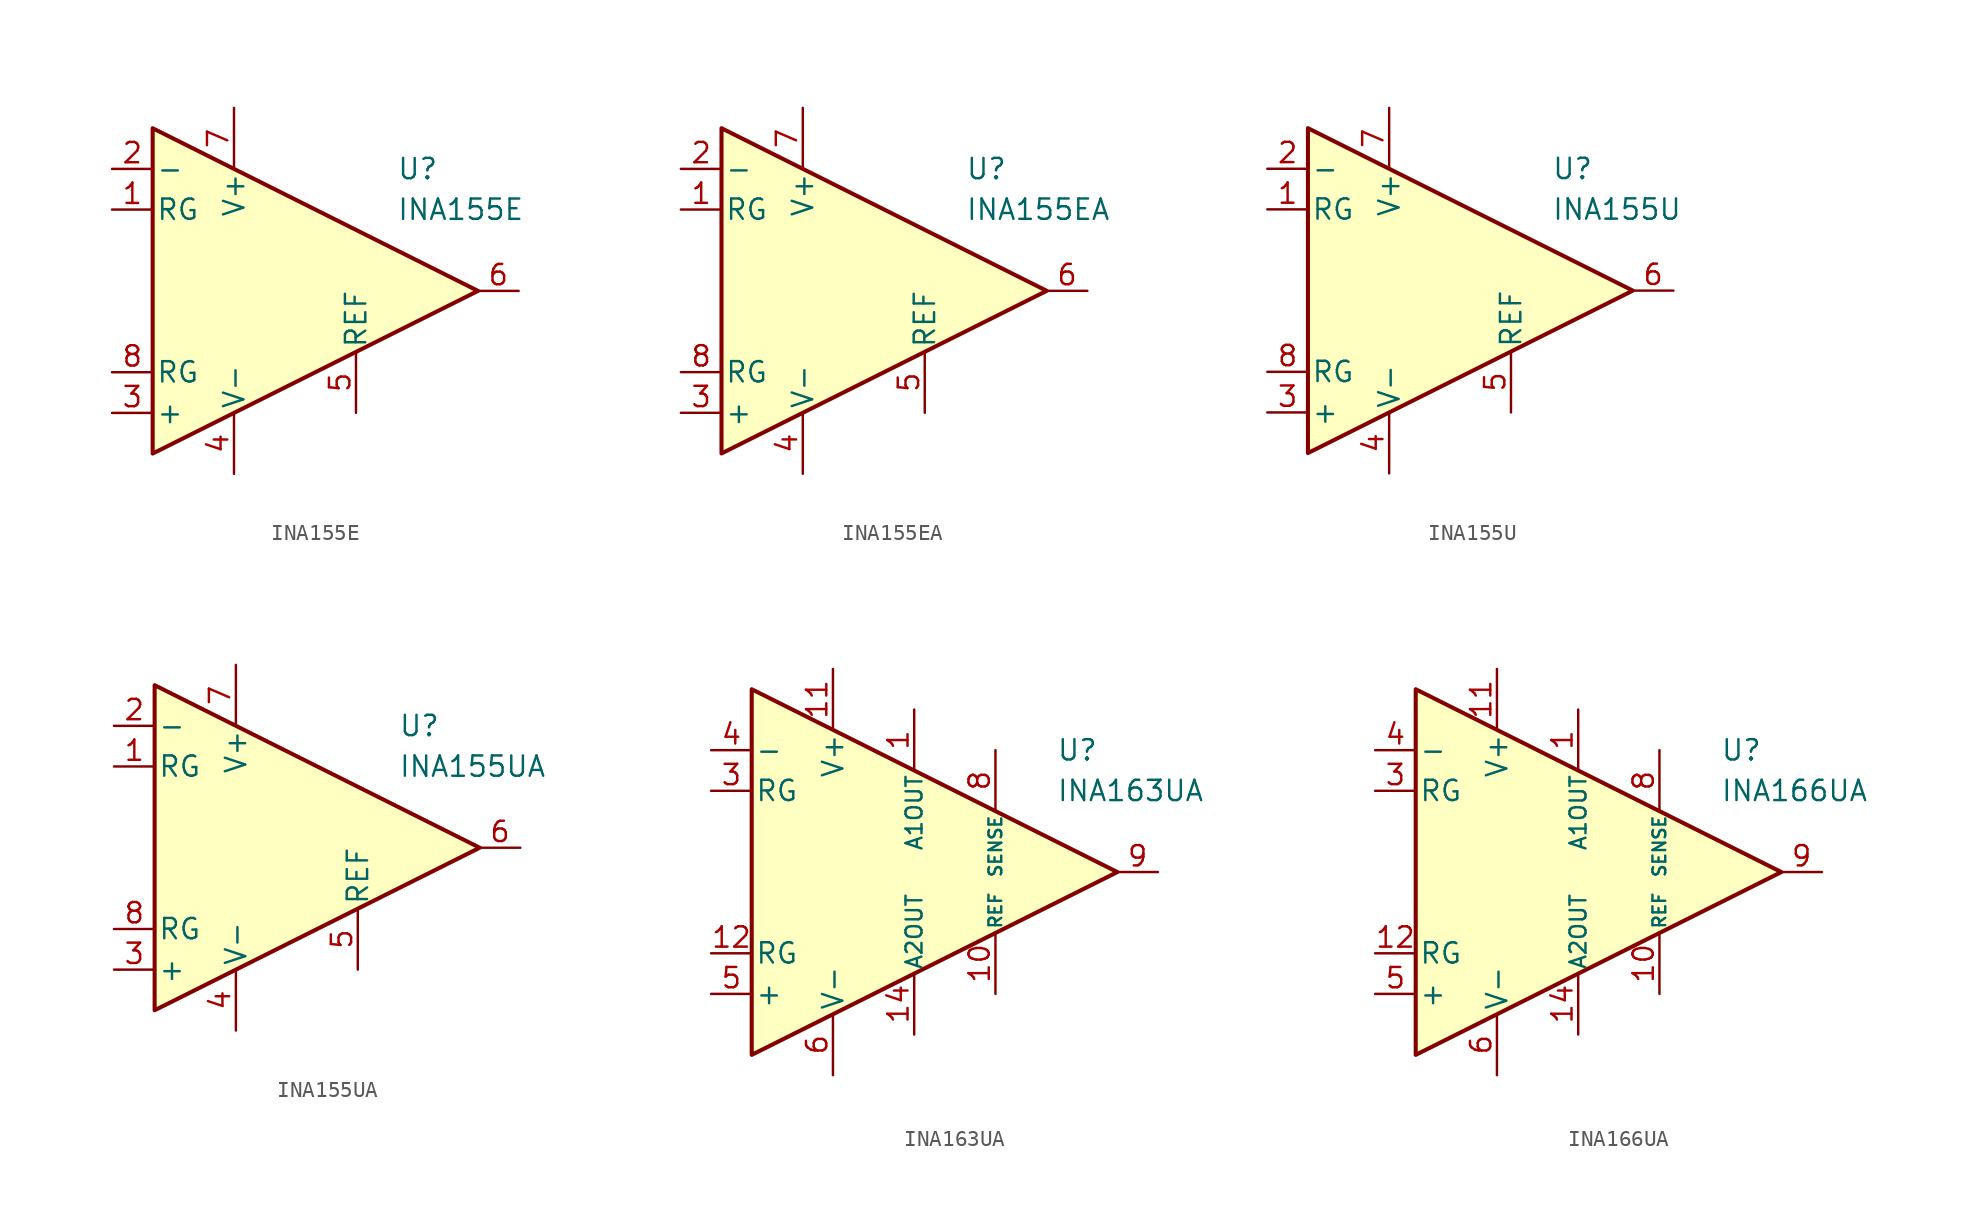
<source format=kicad_sym>
(kicad_symbol_lib
  (version 20211014)
  (generator kicad_symbol_editor)
  (symbol "INA155E"
    (pin_names
      (offset 0.2))
    (property "Reference" "U"
      (at 6.35 7.62 0)
      (effects (font (size 1.27 1.27)) (justify left)))
    (property "Value" "INA155E"
      (at 6.35 5.08 0)
      (effects (font (size 1.27 1.27)) (justify left)))
    (symbol "INA155E_0_1"
      (polyline (pts (xy -8.89 10.16) (xy -8.89 -10.16) (xy 11.43 0) (xy -8.89 10.16)) (stroke (width 0.254) (type default) (color 0 0 0 0)) (fill (type background))))
    (symbol "INA155E_1_1"
      (pin passive line (at -11.43 5.08 0) (length 2.54) (name "RG" (effects (font (size 1.27 1.27)))) (number "1" (effects (font (size 1.27 1.27)))))
      (pin input line (at -11.43 7.62 0) (length 2.54) (name "-" (effects (font (size 1.27 1.27)))) (number "2" (effects (font (size 1.27 1.27)))))
      (pin input line (at -11.43 -7.62 0) (length 2.54) (name "+" (effects (font (size 1.27 1.27)))) (number "3" (effects (font (size 1.27 1.27)))))
      (pin power_in line (at -3.81 -11.43 90) (length 3.81) (name "V-" (effects (font (size 1.27 1.27)))) (number "4" (effects (font (size 1.27 1.27)))))
      (pin input line (at 3.81 -7.62 90) (length 3.81) (name "REF" (effects (font (size 1.27 1.27)))) (number "5" (effects (font (size 1.27 1.27)))))
      (pin output line (at 13.97 0 180) (length 2.54) (name "~" (effects (font (size 1.27 1.27)))) (number "6" (effects (font (size 1.27 1.27)))))
      (pin power_in line (at -3.81 11.43 270) (length 3.81) (name "V+" (effects (font (size 1.27 1.27)))) (number "7" (effects (font (size 1.27 1.27)))))
      (pin passive line (at -11.43 -5.08 0) (length 2.54) (name "RG" (effects (font (size 1.27 1.27)))) (number "8" (effects (font (size 1.27 1.27)))))))
  (symbol "INA155EA"
    (pin_names
      (offset 0.2))
    (property "Reference" "U"
      (at 6.35 7.62 0)
      (effects (font (size 1.27 1.27)) (justify left)))
    (property "Value" "INA155EA"
      (at 6.35 5.08 0)
      (effects (font (size 1.27 1.27)) (justify left)))
    (symbol "INA155EA_0_1"
      (polyline (pts (xy -8.89 10.16) (xy -8.89 -10.16) (xy 11.43 0) (xy -8.89 10.16)) (stroke (width 0.254) (type default) (color 0 0 0 0)) (fill (type background))))
    (symbol "INA155EA_1_1"
      (pin passive line (at -11.43 5.08 0) (length 2.54) (name "RG" (effects (font (size 1.27 1.27)))) (number "1" (effects (font (size 1.27 1.27)))))
      (pin input line (at -11.43 7.62 0) (length 2.54) (name "-" (effects (font (size 1.27 1.27)))) (number "2" (effects (font (size 1.27 1.27)))))
      (pin input line (at -11.43 -7.62 0) (length 2.54) (name "+" (effects (font (size 1.27 1.27)))) (number "3" (effects (font (size 1.27 1.27)))))
      (pin power_in line (at -3.81 -11.43 90) (length 3.81) (name "V-" (effects (font (size 1.27 1.27)))) (number "4" (effects (font (size 1.27 1.27)))))
      (pin input line (at 3.81 -7.62 90) (length 3.81) (name "REF" (effects (font (size 1.27 1.27)))) (number "5" (effects (font (size 1.27 1.27)))))
      (pin output line (at 13.97 0 180) (length 2.54) (name "~" (effects (font (size 1.27 1.27)))) (number "6" (effects (font (size 1.27 1.27)))))
      (pin power_in line (at -3.81 11.43 270) (length 3.81) (name "V+" (effects (font (size 1.27 1.27)))) (number "7" (effects (font (size 1.27 1.27)))))
      (pin passive line (at -11.43 -5.08 0) (length 2.54) (name "RG" (effects (font (size 1.27 1.27)))) (number "8" (effects (font (size 1.27 1.27)))))))
  (symbol "INA155U"
    (pin_names
      (offset 0.2))
    (property "Reference" "U"
      (at 6.35 7.62 0)
      (effects (font (size 1.27 1.27)) (justify left)))
    (property "Value" "INA155U"
      (at 6.35 5.08 0)
      (effects (font (size 1.27 1.27)) (justify left)))
    (symbol "INA155U_0_1"
      (polyline (pts (xy -8.89 10.16) (xy -8.89 -10.16) (xy 11.43 0) (xy -8.89 10.16)) (stroke (width 0.254) (type default) (color 0 0 0 0)) (fill (type background))))
    (symbol "INA155U_1_1"
      (pin passive line (at -11.43 5.08 0) (length 2.54) (name "RG" (effects (font (size 1.27 1.27)))) (number "1" (effects (font (size 1.27 1.27)))))
      (pin input line (at -11.43 7.62 0) (length 2.54) (name "-" (effects (font (size 1.27 1.27)))) (number "2" (effects (font (size 1.27 1.27)))))
      (pin input line (at -11.43 -7.62 0) (length 2.54) (name "+" (effects (font (size 1.27 1.27)))) (number "3" (effects (font (size 1.27 1.27)))))
      (pin power_in line (at -3.81 -11.43 90) (length 3.81) (name "V-" (effects (font (size 1.27 1.27)))) (number "4" (effects (font (size 1.27 1.27)))))
      (pin input line (at 3.81 -7.62 90) (length 3.81) (name "REF" (effects (font (size 1.27 1.27)))) (number "5" (effects (font (size 1.27 1.27)))))
      (pin output line (at 13.97 0 180) (length 2.54) (name "~" (effects (font (size 1.27 1.27)))) (number "6" (effects (font (size 1.27 1.27)))))
      (pin power_in line (at -3.81 11.43 270) (length 3.81) (name "V+" (effects (font (size 1.27 1.27)))) (number "7" (effects (font (size 1.27 1.27)))))
      (pin passive line (at -11.43 -5.08 0) (length 2.54) (name "RG" (effects (font (size 1.27 1.27)))) (number "8" (effects (font (size 1.27 1.27)))))))
  (symbol "INA155UA"
    (pin_names
      (offset 0.2))
    (property "Reference" "U"
      (at 6.35 7.62 0)
      (effects (font (size 1.27 1.27)) (justify left)))
    (property "Value" "INA155UA"
      (at 6.35 5.08 0)
      (effects (font (size 1.27 1.27)) (justify left)))
    (symbol "INA155UA_0_1"
      (polyline (pts (xy -8.89 10.16) (xy -8.89 -10.16) (xy 11.43 0) (xy -8.89 10.16)) (stroke (width 0.254) (type default) (color 0 0 0 0)) (fill (type background))))
    (symbol "INA155UA_1_1"
      (pin passive line (at -11.43 5.08 0) (length 2.54) (name "RG" (effects (font (size 1.27 1.27)))) (number "1" (effects (font (size 1.27 1.27)))))
      (pin input line (at -11.43 7.62 0) (length 2.54) (name "-" (effects (font (size 1.27 1.27)))) (number "2" (effects (font (size 1.27 1.27)))))
      (pin input line (at -11.43 -7.62 0) (length 2.54) (name "+" (effects (font (size 1.27 1.27)))) (number "3" (effects (font (size 1.27 1.27)))))
      (pin power_in line (at -3.81 -11.43 90) (length 3.81) (name "V-" (effects (font (size 1.27 1.27)))) (number "4" (effects (font (size 1.27 1.27)))))
      (pin input line (at 3.81 -7.62 90) (length 3.81) (name "REF" (effects (font (size 1.27 1.27)))) (number "5" (effects (font (size 1.27 1.27)))))
      (pin output line (at 13.97 0 180) (length 2.54) (name "~" (effects (font (size 1.27 1.27)))) (number "6" (effects (font (size 1.27 1.27)))))
      (pin power_in line (at -3.81 11.43 270) (length 3.81) (name "V+" (effects (font (size 1.27 1.27)))) (number "7" (effects (font (size 1.27 1.27)))))
      (pin passive line (at -11.43 -5.08 0) (length 2.54) (name "RG" (effects (font (size 1.27 1.27)))) (number "8" (effects (font (size 1.27 1.27)))))))
  (symbol "INA163UA"
    (pin_names
      (offset 0.2))
    (property "Reference" "U"
      (at 10.16 7.62 0)
      (effects (font (size 1.27 1.27)) (justify left)))
    (property "Value" "INA163UA"
      (at 10.16 5.08 0)
      (effects (font (size 1.27 1.27)) (justify left)))
    (symbol "INA163UA_0_1"
      (polyline (pts (xy -8.89 11.43) (xy -8.89 -11.43) (xy 13.97 0) (xy -8.89 11.43)) (stroke (width 0.254) (type default) (color 0 0 0 0)) (fill (type background))))
    (symbol "INA163UA_1_1"
      (pin passive line (at 1.27 10.16 270) (length 3.81) (name "A1OUT" (effects (font (size 1 1)))) (number "1" (effects (font (size 1.27 1.27)))))
      (pin input line (at 6.35 -7.62 90) (length 3.81) (name "REF" (effects (font (size 0.8 0.8)))) (number "10" (effects (font (size 1.27 1.27)))))
      (pin power_in line (at -3.81 12.7 270) (length 3.81) (name "V+" (effects (font (size 1.27 1.27)))) (number "11" (effects (font (size 1.27 1.27)))))
      (pin passive line (at -11.43 -5.08 0) (length 2.54) (name "RG" (effects (font (size 1.27 1.27)))) (number "12" (effects (font (size 1.27 1.27)))))
      (pin no_connect line (at -5.08 -2.54 0) (length 2.54) hide (name "NC" (effects (font (size 1.27 1.27)))) (number "13" (effects (font (size 1.27 1.27)))))
      (pin passive line (at 1.27 -10.16 90) (length 3.81) (name "A2OUT" (effects (font (size 1 1)))) (number "14" (effects (font (size 1.27 1.27)))))
      (pin no_connect line (at -5.08 2.54 0) (length 2.54) hide (name "NC" (effects (font (size 1.27 1.27)))) (number "2" (effects (font (size 1.27 1.27)))))
      (pin passive line (at -11.43 5.08 0) (length 2.54) (name "RG" (effects (font (size 1.27 1.27)))) (number "3" (effects (font (size 1.27 1.27)))))
      (pin input line (at -11.43 7.62 0) (length 2.54) (name "-" (effects (font (size 1.27 1.27)))) (number "4" (effects (font (size 1.27 1.27)))))
      (pin input line (at -11.43 -7.62 0) (length 2.54) (name "+" (effects (font (size 1.27 1.27)))) (number "5" (effects (font (size 1.27 1.27)))))
      (pin power_in line (at -3.81 -12.7 90) (length 3.81) (name "V-" (effects (font (size 1.27 1.27)))) (number "6" (effects (font (size 1.27 1.27)))))
      (pin no_connect line (at -5.08 0 0) (length 2.54) hide (name "NC" (effects (font (size 1.27 1.27)))) (number "7" (effects (font (size 1.27 1.27)))))
      (pin input line (at 6.35 7.62 270) (length 3.81) (name "SENSE" (effects (font (size 0.8 0.8)))) (number "8" (effects (font (size 1.27 1.27)))))
      (pin output line (at 16.51 0 180) (length 2.54) (name "~" (effects (font (size 1.27 1.27)))) (number "9" (effects (font (size 1.27 1.27)))))))
  (symbol "INA166UA"
    (pin_names
      (offset 0.2))
    (property "Reference" "U"
      (at 10.16 7.62 0)
      (effects (font (size 1.27 1.27)) (justify left)))
    (property "Value" "INA166UA"
      (at 10.16 5.08 0)
      (effects (font (size 1.27 1.27)) (justify left)))
    (symbol "INA166UA_0_1"
      (polyline (pts (xy -8.89 11.43) (xy -8.89 -11.43) (xy 13.97 0) (xy -8.89 11.43)) (stroke (width 0.254) (type default) (color 0 0 0 0)) (fill (type background))))
    (symbol "INA166UA_1_1"
      (pin passive line (at 1.27 10.16 270) (length 3.81) (name "A1OUT" (effects (font (size 1 1)))) (number "1" (effects (font (size 1.27 1.27)))))
      (pin input line (at 6.35 -7.62 90) (length 3.81) (name "REF" (effects (font (size 0.8 0.8)))) (number "10" (effects (font (size 1.27 1.27)))))
      (pin power_in line (at -3.81 12.7 270) (length 3.81) (name "V+" (effects (font (size 1.27 1.27)))) (number "11" (effects (font (size 1.27 1.27)))))
      (pin passive line (at -11.43 -5.08 0) (length 2.54) (name "RG" (effects (font (size 1.27 1.27)))) (number "12" (effects (font (size 1.27 1.27)))))
      (pin no_connect line (at -5.08 -2.54 0) (length 2.54) hide (name "NC" (effects (font (size 1.27 1.27)))) (number "13" (effects (font (size 1.27 1.27)))))
      (pin passive line (at 1.27 -10.16 90) (length 3.81) (name "A2OUT" (effects (font (size 1 1)))) (number "14" (effects (font (size 1.27 1.27)))))
      (pin no_connect line (at -5.08 2.54 0) (length 2.54) hide (name "NC" (effects (font (size 1.27 1.27)))) (number "2" (effects (font (size 1.27 1.27)))))
      (pin passive line (at -11.43 5.08 0) (length 2.54) (name "RG" (effects (font (size 1.27 1.27)))) (number "3" (effects (font (size 1.27 1.27)))))
      (pin input line (at -11.43 7.62 0) (length 2.54) (name "-" (effects (font (size 1.27 1.27)))) (number "4" (effects (font (size 1.27 1.27)))))
      (pin input line (at -11.43 -7.62 0) (length 2.54) (name "+" (effects (font (size 1.27 1.27)))) (number "5" (effects (font (size 1.27 1.27)))))
      (pin power_in line (at -3.81 -12.7 90) (length 3.81) (name "V-" (effects (font (size 1.27 1.27)))) (number "6" (effects (font (size 1.27 1.27)))))
      (pin no_connect line (at -5.08 0 0) (length 2.54) hide (name "NC" (effects (font (size 1.27 1.27)))) (number "7" (effects (font (size 1.27 1.27)))))
      (pin input line (at 6.35 7.62 270) (length 3.81) (name "SENSE" (effects (font (size 0.8 0.8)))) (number "8" (effects (font (size 1.27 1.27)))))
      (pin output line (at 16.51 0 180) (length 2.54) (name "~" (effects (font (size 1.27 1.27)))) (number "9" (effects (font (size 1.27 1.27))))))))
</source>
